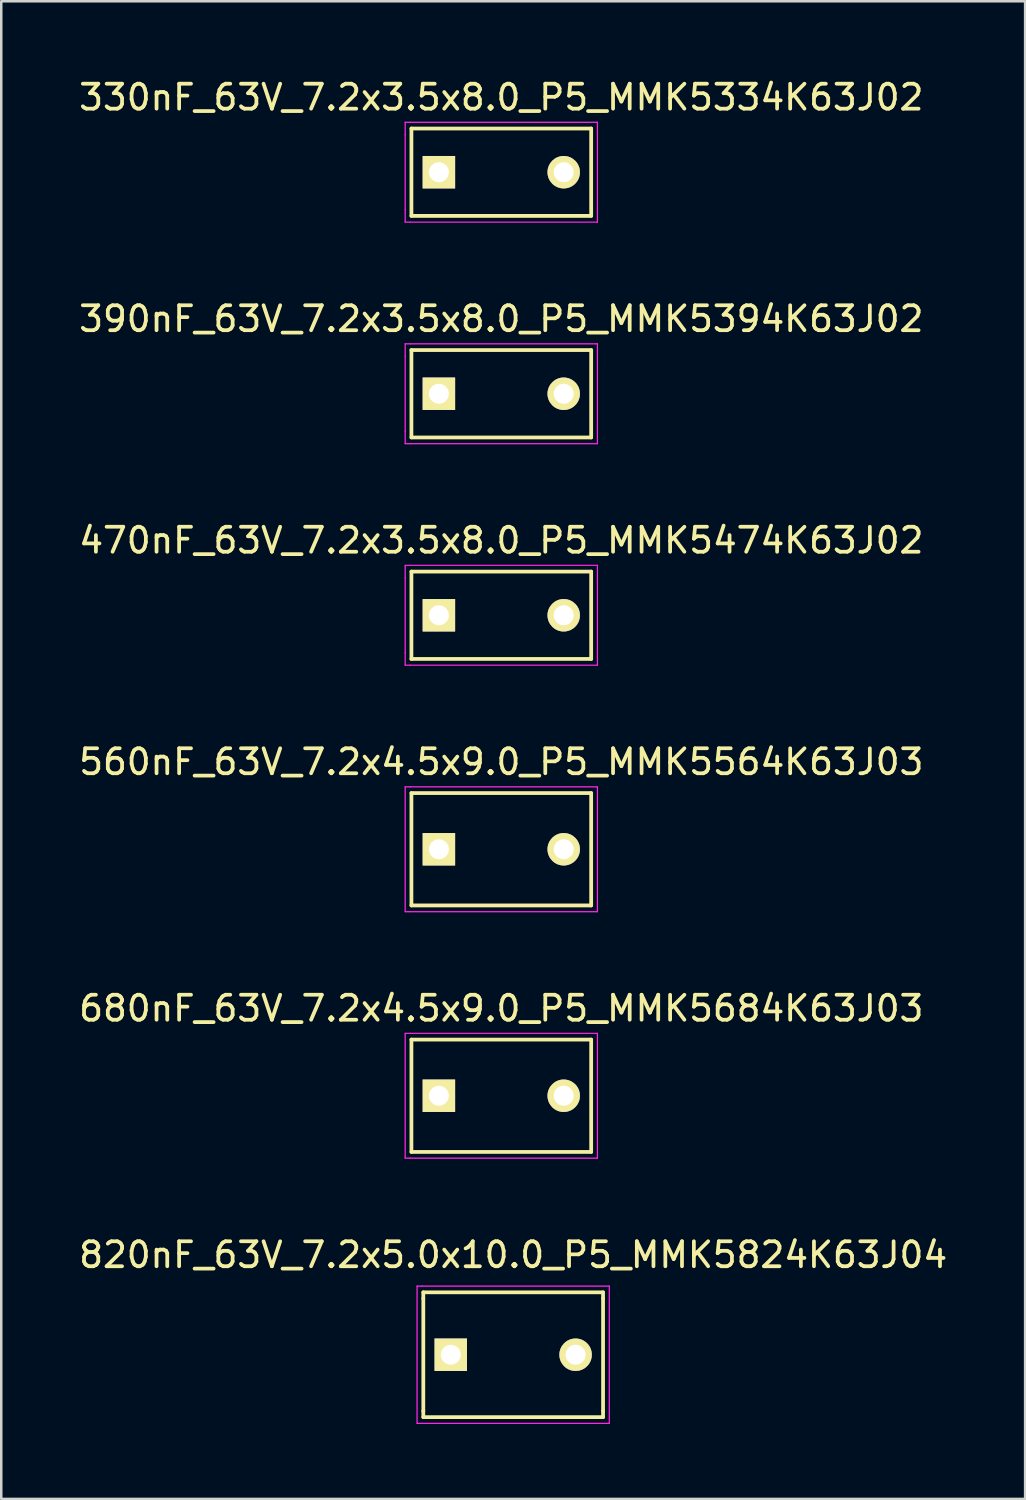
<source format=kicad_pcb>
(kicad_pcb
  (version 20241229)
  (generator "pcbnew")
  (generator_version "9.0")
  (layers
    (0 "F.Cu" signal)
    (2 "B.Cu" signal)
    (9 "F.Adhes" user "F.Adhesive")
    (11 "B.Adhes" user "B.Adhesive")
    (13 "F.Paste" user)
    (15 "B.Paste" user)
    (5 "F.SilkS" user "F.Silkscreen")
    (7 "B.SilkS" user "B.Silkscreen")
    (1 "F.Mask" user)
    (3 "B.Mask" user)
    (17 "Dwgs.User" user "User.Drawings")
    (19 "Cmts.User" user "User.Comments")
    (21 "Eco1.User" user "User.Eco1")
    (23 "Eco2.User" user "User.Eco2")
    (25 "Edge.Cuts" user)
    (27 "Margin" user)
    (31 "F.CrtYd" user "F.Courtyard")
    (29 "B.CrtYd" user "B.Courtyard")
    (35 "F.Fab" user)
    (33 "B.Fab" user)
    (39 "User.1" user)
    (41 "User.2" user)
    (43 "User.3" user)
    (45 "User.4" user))
  (footprint "330nF_63V_7.2x3.5x8.0_P5_MMK5334K63J02"
    (layer "F.Cu")
    (at 14.53 3.848)
    (property "Reference" "330nF_63V_7.2x3.5x8.0_P5_MMK5334K63J02" (at 2.5 -3 0) (layer "F.SilkS") (effects (font (size 1 1) (thickness 0.15))))
    (attr through_hole)
    (fp_line (start -1.1 -1.75) (end -1.1 1.75) (stroke (width 0.15) (type solid)) (layer "F.SilkS"))
    (fp_line (start -1.1 -1.75) (end 6.1 -1.75) (stroke (width 0.15) (type solid)) (layer "F.SilkS"))
    (fp_line (start 6.1 -1.75) (end 6.1 1.75) (stroke (width 0.15) (type solid)) (layer "F.SilkS"))
    (fp_line (start 6.1 1.75) (end -1.1 1.75) (stroke (width 0.15) (type solid)) (layer "F.SilkS"))
    (fp_line (start -1.35 -1.5) (end -1.35 -2) (stroke (width 0.05) (type solid)) (layer "F.CrtYd"))
    (fp_line (start -1.35 1.5) (end -1.35 -1.5) (stroke (width 0.05) (type solid)) (layer "F.CrtYd"))
    (fp_line (start -1.35 2) (end -1.35 1.5) (stroke (width 0.05) (type solid)) (layer "F.CrtYd"))
    (fp_line (start -1.15 -2) (end -1.35 -2) (stroke (width 0.05) (type solid)) (layer "F.CrtYd"))
    (fp_line (start -1.15 -2) (end 6.35 -2) (stroke (width 0.05) (type solid)) (layer "F.CrtYd"))
    (fp_line (start -1.15 2) (end -1.35 2) (stroke (width 0.05) (type solid)) (layer "F.CrtYd"))
    (fp_line (start 6.35 -2) (end 6.35 -1.5) (stroke (width 0.05) (type solid)) (layer "F.CrtYd"))
    (fp_line (start 6.35 -1.5) (end 6.35 1.5) (stroke (width 0.05) (type solid)) (layer "F.CrtYd"))
    (fp_line (start 6.35 2) (end -1.15 2) (stroke (width 0.05) (type solid)) (layer "F.CrtYd"))
    (fp_line (start 6.35 2) (end 6.35 1.5) (stroke (width 0.05) (type solid)) (layer "F.CrtYd"))
    (pad "1" thru_hole rect (at 0 0) (size 1.3 1.3) (drill 0.8) (layers "*.Cu" "*.Mask" "F.SilkS"))
    (pad "2" thru_hole circle (at 5 0) (size 1.3 1.3) (drill 0.8) (layers "*.Cu" "*.Mask" "F.SilkS")))
  (footprint "680nF_63V_7.2x4.5x9.0_P5_MMK5684K63J03"
    (layer "F.Cu")
    (at 14.53 40.841)
    (property "Reference" "680nF_63V_7.2x4.5x9.0_P5_MMK5684K63J03" (at 2.5 -3.5 0) (layer "F.SilkS") (effects (font (size 1 1) (thickness 0.15))))
    (attr through_hole)
    (fp_line (start -1.1 -2.25) (end 6.1 -2.25) (stroke (width 0.15) (type solid)) (layer "F.SilkS"))
    (fp_line (start -1.1 2.25) (end -1.1 -2.25) (stroke (width 0.15) (type solid)) (layer "F.SilkS"))
    (fp_line (start 6.1 -2.25) (end 6.1 2.25) (stroke (width 0.15) (type solid)) (layer "F.SilkS"))
    (fp_line (start 6.1 2.25) (end -1.1 2.25) (stroke (width 0.15) (type solid)) (layer "F.SilkS"))
    (fp_line (start -1.35 2.5) (end -1.35 -2.5) (stroke (width 0.05) (type solid)) (layer "F.CrtYd"))
    (fp_line (start -1.15 -2.5) (end -1.35 -2.5) (stroke (width 0.05) (type solid)) (layer "F.CrtYd"))
    (fp_line (start -1.15 -2.5) (end 6.35 -2.5) (stroke (width 0.05) (type solid)) (layer "F.CrtYd"))
    (fp_line (start -1.15 2.5) (end -1.35 2.5) (stroke (width 0.05) (type solid)) (layer "F.CrtYd"))
    (fp_line (start 6.35 2.5) (end -1.15 2.5) (stroke (width 0.05) (type solid)) (layer "F.CrtYd"))
    (fp_line (start 6.35 2.5) (end 6.35 -2.5) (stroke (width 0.05) (type solid)) (layer "F.CrtYd"))
    (pad "1" thru_hole rect (at 0 0) (size 1.3 1.3) (drill 0.8) (layers "*.Cu" "*.Mask" "F.SilkS"))
    (pad "2" thru_hole circle (at 5 0) (size 1.3 1.3) (drill 0.8) (layers "*.Cu" "*.Mask" "F.SilkS")))
  (footprint "820nF_63V_7.2x5.0x10.0_P5_MMK5824K63J04"
    (layer "F.Cu")
    (at 15.006 51.215)
    (property "Reference" "820nF_63V_7.2x5.0x10.0_P5_MMK5824K63J04" (at 2.5 -4 0) (layer "F.SilkS") (effects (font (size 1 1) (thickness 0.15))))
    (attr through_hole)
    (fp_line (start -1.1 -2.5) (end -1.1 -2.25) (stroke (width 0.15) (type solid)) (layer "F.SilkS"))
    (fp_line (start -1.1 -2.5) (end 6.1 -2.5) (stroke (width 0.15) (type solid)) (layer "F.SilkS"))
    (fp_line (start -1.1 2.25) (end -1.1 -2.25) (stroke (width 0.15) (type solid)) (layer "F.SilkS"))
    (fp_line (start -1.1 2.25) (end -1.1 2.5) (stroke (width 0.15) (type solid)) (layer "F.SilkS"))
    (fp_line (start 6.1 -2.25) (end 6.1 -2.5) (stroke (width 0.15) (type solid)) (layer "F.SilkS"))
    (fp_line (start 6.1 -2.25) (end 6.1 2.25) (stroke (width 0.15) (type solid)) (layer "F.SilkS"))
    (fp_line (start 6.1 2.25) (end 6.1 2.5) (stroke (width 0.15) (type solid)) (layer "F.SilkS"))
    (fp_line (start 6.1 2.5) (end -1.1 2.5) (stroke (width 0.15) (type solid)) (layer "F.SilkS"))
    (fp_line (start -1.35 2.75) (end -1.35 -2.75) (stroke (width 0.05) (type solid)) (layer "F.CrtYd"))
    (fp_line (start -1.15 -2.75) (end -1.35 -2.75) (stroke (width 0.05) (type solid)) (layer "F.CrtYd"))
    (fp_line (start -1.15 -2.75) (end 6.35 -2.75) (stroke (width 0.05) (type solid)) (layer "F.CrtYd"))
    (fp_line (start -1.15 2.75) (end -1.35 2.75) (stroke (width 0.05) (type solid)) (layer "F.CrtYd"))
    (fp_line (start 6.35 -2.75) (end 6.35 2.75) (stroke (width 0.05) (type solid)) (layer "F.CrtYd"))
    (fp_line (start 6.35 2.75) (end -1.15 2.75) (stroke (width 0.05) (type solid)) (layer "F.CrtYd"))
    (pad "1" thru_hole rect (at 0 0) (size 1.3 1.3) (drill 0.8) (layers "*.Cu" "*.Mask" "F.SilkS"))
    (pad "2" thru_hole circle (at 5 0) (size 1.3 1.3) (drill 0.8) (layers "*.Cu" "*.Mask" "F.SilkS")))
  (footprint "560nF_63V_7.2x4.5x9.0_P5_MMK5564K63J03"
    (layer "F.Cu")
    (at 14.53 30.968)
    (property "Reference" "560nF_63V_7.2x4.5x9.0_P5_MMK5564K63J03" (at 2.5 -3.5 0) (layer "F.SilkS") (effects (font (size 1 1) (thickness 0.15))))
    (attr through_hole)
    (fp_line (start -1.1 -2.25) (end 6.1 -2.25) (stroke (width 0.15) (type solid)) (layer "F.SilkS"))
    (fp_line (start -1.1 2.25) (end -1.1 -2.25) (stroke (width 0.15) (type solid)) (layer "F.SilkS"))
    (fp_line (start 6.1 -2.25) (end 6.1 2.25) (stroke (width 0.15) (type solid)) (layer "F.SilkS"))
    (fp_line (start 6.1 2.25) (end -1.1 2.25) (stroke (width 0.15) (type solid)) (layer "F.SilkS"))
    (fp_line (start -1.35 2.5) (end -1.35 -2.5) (stroke (width 0.05) (type solid)) (layer "F.CrtYd"))
    (fp_line (start -1.15 -2.5) (end -1.35 -2.5) (stroke (width 0.05) (type solid)) (layer "F.CrtYd"))
    (fp_line (start -1.15 -2.5) (end 6.35 -2.5) (stroke (width 0.05) (type solid)) (layer "F.CrtYd"))
    (fp_line (start -1.15 2.5) (end -1.35 2.5) (stroke (width 0.05) (type solid)) (layer "F.CrtYd"))
    (fp_line (start 6.35 2.5) (end -1.15 2.5) (stroke (width 0.05) (type solid)) (layer "F.CrtYd"))
    (fp_line (start 6.35 2.5) (end 6.35 -2.5) (stroke (width 0.05) (type solid)) (layer "F.CrtYd"))
    (pad "1" thru_hole rect (at 0 0) (size 1.3 1.3) (drill 0.8) (layers "*.Cu" "*.Mask" "F.SilkS"))
    (pad "2" thru_hole circle (at 5 0) (size 1.3 1.3) (drill 0.8) (layers "*.Cu" "*.Mask" "F.SilkS")))
  (footprint "390nF_63V_7.2x3.5x8.0_P5_MMK5394K63J02"
    (layer "F.Cu")
    (at 14.53 12.722)
    (property "Reference" "390nF_63V_7.2x3.5x8.0_P5_MMK5394K63J02" (at 2.5 -3 0) (layer "F.SilkS") (effects (font (size 1 1) (thickness 0.15))))
    (attr through_hole)
    (fp_line (start -1.1 -1.75) (end -1.1 1.75) (stroke (width 0.15) (type solid)) (layer "F.SilkS"))
    (fp_line (start -1.1 -1.75) (end 6.1 -1.75) (stroke (width 0.15) (type solid)) (layer "F.SilkS"))
    (fp_line (start 6.1 -1.75) (end 6.1 1.75) (stroke (width 0.15) (type solid)) (layer "F.SilkS"))
    (fp_line (start 6.1 1.75) (end -1.1 1.75) (stroke (width 0.15) (type solid)) (layer "F.SilkS"))
    (fp_line (start -1.35 -1.5) (end -1.35 -2) (stroke (width 0.05) (type solid)) (layer "F.CrtYd"))
    (fp_line (start -1.35 1.5) (end -1.35 -1.5) (stroke (width 0.05) (type solid)) (layer "F.CrtYd"))
    (fp_line (start -1.35 2) (end -1.35 1.5) (stroke (width 0.05) (type solid)) (layer "F.CrtYd"))
    (fp_line (start -1.15 -2) (end -1.35 -2) (stroke (width 0.05) (type solid)) (layer "F.CrtYd"))
    (fp_line (start -1.15 -2) (end 6.35 -2) (stroke (width 0.05) (type solid)) (layer "F.CrtYd"))
    (fp_line (start -1.15 2) (end -1.35 2) (stroke (width 0.05) (type solid)) (layer "F.CrtYd"))
    (fp_line (start 6.35 -2) (end 6.35 -1.5) (stroke (width 0.05) (type solid)) (layer "F.CrtYd"))
    (fp_line (start 6.35 -1.5) (end 6.35 1.5) (stroke (width 0.05) (type solid)) (layer "F.CrtYd"))
    (fp_line (start 6.35 2) (end -1.15 2) (stroke (width 0.05) (type solid)) (layer "F.CrtYd"))
    (fp_line (start 6.35 2) (end 6.35 1.5) (stroke (width 0.05) (type solid)) (layer "F.CrtYd"))
    (pad "1" thru_hole rect (at 0 0) (size 1.3 1.3) (drill 0.8) (layers "*.Cu" "*.Mask" "F.SilkS"))
    (pad "2" thru_hole circle (at 5 0) (size 1.3 1.3) (drill 0.8) (layers "*.Cu" "*.Mask" "F.SilkS")))
  (footprint "470nF_63V_7.2x3.5x8.0_P5_MMK5474K63J02"
    (layer "F.Cu")
    (at 14.53 21.595)
    (property "Reference" "470nF_63V_7.2x3.5x8.0_P5_MMK5474K63J02" (at 2.5 -3 0) (layer "F.SilkS") (effects (font (size 1 1) (thickness 0.15))))
    (attr through_hole)
    (fp_line (start -1.1 -1.75) (end -1.1 1.75) (stroke (width 0.15) (type solid)) (layer "F.SilkS"))
    (fp_line (start -1.1 -1.75) (end 6.1 -1.75) (stroke (width 0.15) (type solid)) (layer "F.SilkS"))
    (fp_line (start 6.1 -1.75) (end 6.1 1.75) (stroke (width 0.15) (type solid)) (layer "F.SilkS"))
    (fp_line (start 6.1 1.75) (end -1.1 1.75) (stroke (width 0.15) (type solid)) (layer "F.SilkS"))
    (fp_line (start -1.35 -1.5) (end -1.35 -2) (stroke (width 0.05) (type solid)) (layer "F.CrtYd"))
    (fp_line (start -1.35 1.5) (end -1.35 -1.5) (stroke (width 0.05) (type solid)) (layer "F.CrtYd"))
    (fp_line (start -1.35 2) (end -1.35 1.5) (stroke (width 0.05) (type solid)) (layer "F.CrtYd"))
    (fp_line (start -1.15 -2) (end -1.35 -2) (stroke (width 0.05) (type solid)) (layer "F.CrtYd"))
    (fp_line (start -1.15 -2) (end 6.35 -2) (stroke (width 0.05) (type solid)) (layer "F.CrtYd"))
    (fp_line (start -1.15 2) (end -1.35 2) (stroke (width 0.05) (type solid)) (layer "F.CrtYd"))
    (fp_line (start 6.35 -2) (end 6.35 -1.5) (stroke (width 0.05) (type solid)) (layer "F.CrtYd"))
    (fp_line (start 6.35 -1.5) (end 6.35 1.5) (stroke (width 0.05) (type solid)) (layer "F.CrtYd"))
    (fp_line (start 6.35 2) (end -1.15 2) (stroke (width 0.05) (type solid)) (layer "F.CrtYd"))
    (fp_line (start 6.35 2) (end 6.35 1.5) (stroke (width 0.05) (type solid)) (layer "F.CrtYd"))
    (pad "1" thru_hole rect (at 0 0) (size 1.3 1.3) (drill 0.8) (layers "*.Cu" "*.Mask" "F.SilkS"))
    (pad "2" thru_hole circle (at 5 0) (size 1.3 1.3) (drill 0.8) (layers "*.Cu" "*.Mask" "F.SilkS")))
  (gr_rect
    (start -3 -3)
    (end 38.012 56.989)
    (stroke (width 0.1) (type default))
    (fill no)
    (layer "Edge.Cuts")))
</source>
